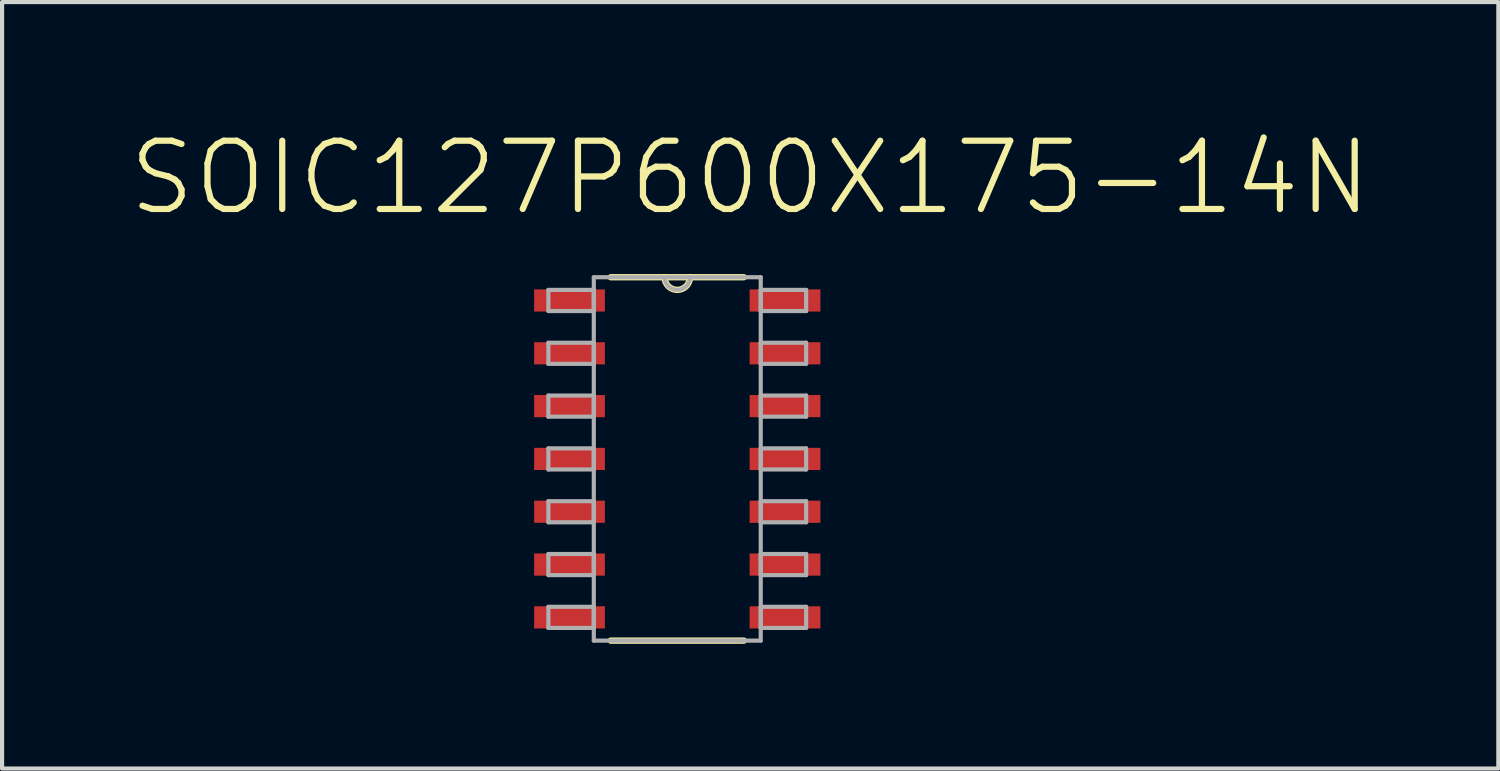
<source format=kicad_pcb>
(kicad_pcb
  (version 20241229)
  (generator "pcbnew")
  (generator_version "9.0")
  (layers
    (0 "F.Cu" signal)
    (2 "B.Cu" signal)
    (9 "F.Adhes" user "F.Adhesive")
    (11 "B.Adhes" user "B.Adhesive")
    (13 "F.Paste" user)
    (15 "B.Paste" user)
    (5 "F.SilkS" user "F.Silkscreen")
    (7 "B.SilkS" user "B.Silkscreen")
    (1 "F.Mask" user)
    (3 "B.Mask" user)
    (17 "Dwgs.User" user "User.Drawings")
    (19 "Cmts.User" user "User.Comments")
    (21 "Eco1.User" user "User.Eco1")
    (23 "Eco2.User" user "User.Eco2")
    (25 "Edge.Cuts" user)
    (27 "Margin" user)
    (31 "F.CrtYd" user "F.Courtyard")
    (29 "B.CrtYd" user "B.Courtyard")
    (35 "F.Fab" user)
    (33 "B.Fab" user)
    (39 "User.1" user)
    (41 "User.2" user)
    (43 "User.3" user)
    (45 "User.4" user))
  (footprint "SOIC127P600X175-14N"
    (layer "F.Cu")
    (at 13.235 7.985)
    (property "Reference" "SOIC127P600X175-14N" (at 1.754 -6.762 0) (layer "F.SilkS") (effects (font (size 1.641 1.641) (thickness 0.15))))
    (attr smd)
    (fp_line (start -1.6 4.369) (end 1.6 4.369) (stroke (width 0.152) (type solid)) (layer "F.SilkS"))
    (fp_line (start -0.305 -4.369) (end -1.6 -4.369) (stroke (width 0.152) (type solid)) (layer "F.SilkS"))
    (fp_line (start 0.305 -4.369) (end -0.305 -4.369) (stroke (width 0.152) (type solid)) (layer "F.SilkS"))
    (fp_line (start 1.6 -4.369) (end 0.305 -4.369) (stroke (width 0.152) (type solid)) (layer "F.SilkS"))
    (fp_arc (start 0.3048 -4.3688) (mid 0 -4.064) (end -0.3048 -4.3688) (stroke (width 0.1524) (type solid)) (layer "F.SilkS"))
    (fp_line (start -3.099 -4.064) (end -3.099 -3.556) (stroke (width 0.1) (type solid)) (layer "F.Fab"))
    (fp_line (start -3.099 -3.556) (end -2.007 -3.556) (stroke (width 0.1) (type solid)) (layer "F.Fab"))
    (fp_line (start -3.099 -2.794) (end -3.099 -2.286) (stroke (width 0.1) (type solid)) (layer "F.Fab"))
    (fp_line (start -3.099 -2.286) (end -2.007 -2.286) (stroke (width 0.1) (type solid)) (layer "F.Fab"))
    (fp_line (start -3.099 -1.524) (end -3.099 -1.016) (stroke (width 0.1) (type solid)) (layer "F.Fab"))
    (fp_line (start -3.099 -1.016) (end -2.007 -1.016) (stroke (width 0.1) (type solid)) (layer "F.Fab"))
    (fp_line (start -3.099 -0.254) (end -3.099 0.254) (stroke (width 0.1) (type solid)) (layer "F.Fab"))
    (fp_line (start -3.099 0.254) (end -2.007 0.254) (stroke (width 0.1) (type solid)) (layer "F.Fab"))
    (fp_line (start -3.099 1.016) (end -3.099 1.524) (stroke (width 0.1) (type solid)) (layer "F.Fab"))
    (fp_line (start -3.099 1.524) (end -2.007 1.524) (stroke (width 0.1) (type solid)) (layer "F.Fab"))
    (fp_line (start -3.099 2.286) (end -3.099 2.794) (stroke (width 0.1) (type solid)) (layer "F.Fab"))
    (fp_line (start -3.099 2.794) (end -2.007 2.794) (stroke (width 0.1) (type solid)) (layer "F.Fab"))
    (fp_line (start -3.099 3.556) (end -3.099 4.064) (stroke (width 0.1) (type solid)) (layer "F.Fab"))
    (fp_line (start -3.099 4.064) (end -2.007 4.064) (stroke (width 0.1) (type solid)) (layer "F.Fab"))
    (fp_line (start -2.007 -4.369) (end -2.007 4.369) (stroke (width 0.1) (type solid)) (layer "F.Fab"))
    (fp_line (start -2.007 -4.064) (end -3.099 -4.064) (stroke (width 0.1) (type solid)) (layer "F.Fab"))
    (fp_line (start -2.007 -3.556) (end -2.007 -4.064) (stroke (width 0.1) (type solid)) (layer "F.Fab"))
    (fp_line (start -2.007 -2.794) (end -3.099 -2.794) (stroke (width 0.1) (type solid)) (layer "F.Fab"))
    (fp_line (start -2.007 -2.286) (end -2.007 -2.794) (stroke (width 0.1) (type solid)) (layer "F.Fab"))
    (fp_line (start -2.007 -1.524) (end -3.099 -1.524) (stroke (width 0.1) (type solid)) (layer "F.Fab"))
    (fp_line (start -2.007 -1.016) (end -2.007 -1.524) (stroke (width 0.1) (type solid)) (layer "F.Fab"))
    (fp_line (start -2.007 -0.254) (end -3.099 -0.254) (stroke (width 0.1) (type solid)) (layer "F.Fab"))
    (fp_line (start -2.007 0.254) (end -2.007 -0.254) (stroke (width 0.1) (type solid)) (layer "F.Fab"))
    (fp_line (start -2.007 1.016) (end -3.099 1.016) (stroke (width 0.1) (type solid)) (layer "F.Fab"))
    (fp_line (start -2.007 1.524) (end -2.007 1.016) (stroke (width 0.1) (type solid)) (layer "F.Fab"))
    (fp_line (start -2.007 2.286) (end -3.099 2.286) (stroke (width 0.1) (type solid)) (layer "F.Fab"))
    (fp_line (start -2.007 2.794) (end -2.007 2.286) (stroke (width 0.1) (type solid)) (layer "F.Fab"))
    (fp_line (start -2.007 3.556) (end -3.099 3.556) (stroke (width 0.1) (type solid)) (layer "F.Fab"))
    (fp_line (start -2.007 4.064) (end -2.007 3.556) (stroke (width 0.1) (type solid)) (layer "F.Fab"))
    (fp_line (start -2.007 4.369) (end 2.007 4.369) (stroke (width 0.1) (type solid)) (layer "F.Fab"))
    (fp_line (start -0.305 -4.369) (end -2.007 -4.369) (stroke (width 0.1) (type solid)) (layer "F.Fab"))
    (fp_line (start 0.305 -4.369) (end -0.305 -4.369) (stroke (width 0.1) (type solid)) (layer "F.Fab"))
    (fp_line (start 2.007 -4.369) (end 0.305 -4.369) (stroke (width 0.1) (type solid)) (layer "F.Fab"))
    (fp_line (start 2.007 -4.064) (end 2.007 -3.556) (stroke (width 0.1) (type solid)) (layer "F.Fab"))
    (fp_line (start 2.007 -3.556) (end 3.099 -3.556) (stroke (width 0.1) (type solid)) (layer "F.Fab"))
    (fp_line (start 2.007 -2.794) (end 2.007 -2.286) (stroke (width 0.1) (type solid)) (layer "F.Fab"))
    (fp_line (start 2.007 -2.286) (end 3.099 -2.286) (stroke (width 0.1) (type solid)) (layer "F.Fab"))
    (fp_line (start 2.007 -1.524) (end 2.007 -1.016) (stroke (width 0.1) (type solid)) (layer "F.Fab"))
    (fp_line (start 2.007 -1.016) (end 3.099 -1.016) (stroke (width 0.1) (type solid)) (layer "F.Fab"))
    (fp_line (start 2.007 -0.254) (end 2.007 0.254) (stroke (width 0.1) (type solid)) (layer "F.Fab"))
    (fp_line (start 2.007 0.254) (end 3.099 0.254) (stroke (width 0.1) (type solid)) (layer "F.Fab"))
    (fp_line (start 2.007 1.016) (end 2.007 1.524) (stroke (width 0.1) (type solid)) (layer "F.Fab"))
    (fp_line (start 2.007 1.524) (end 3.099 1.524) (stroke (width 0.1) (type solid)) (layer "F.Fab"))
    (fp_line (start 2.007 2.286) (end 2.007 2.794) (stroke (width 0.1) (type solid)) (layer "F.Fab"))
    (fp_line (start 2.007 2.794) (end 3.099 2.794) (stroke (width 0.1) (type solid)) (layer "F.Fab"))
    (fp_line (start 2.007 3.556) (end 2.007 4.064) (stroke (width 0.1) (type solid)) (layer "F.Fab"))
    (fp_line (start 2.007 4.064) (end 3.099 4.064) (stroke (width 0.1) (type solid)) (layer "F.Fab"))
    (fp_line (start 2.007 4.369) (end 2.007 -4.369) (stroke (width 0.1) (type solid)) (layer "F.Fab"))
    (fp_line (start 3.099 -4.064) (end 2.007 -4.064) (stroke (width 0.1) (type solid)) (layer "F.Fab"))
    (fp_line (start 3.099 -3.556) (end 3.099 -4.064) (stroke (width 0.1) (type solid)) (layer "F.Fab"))
    (fp_line (start 3.099 -2.794) (end 2.007 -2.794) (stroke (width 0.1) (type solid)) (layer "F.Fab"))
    (fp_line (start 3.099 -2.286) (end 3.099 -2.794) (stroke (width 0.1) (type solid)) (layer "F.Fab"))
    (fp_line (start 3.099 -1.524) (end 2.007 -1.524) (stroke (width 0.1) (type solid)) (layer "F.Fab"))
    (fp_line (start 3.099 -1.016) (end 3.099 -1.524) (stroke (width 0.1) (type solid)) (layer "F.Fab"))
    (fp_line (start 3.099 -0.254) (end 2.007 -0.254) (stroke (width 0.1) (type solid)) (layer "F.Fab"))
    (fp_line (start 3.099 0.254) (end 3.099 -0.254) (stroke (width 0.1) (type solid)) (layer "F.Fab"))
    (fp_line (start 3.099 1.016) (end 2.007 1.016) (stroke (width 0.1) (type solid)) (layer "F.Fab"))
    (fp_line (start 3.099 1.524) (end 3.099 1.016) (stroke (width 0.1) (type solid)) (layer "F.Fab"))
    (fp_line (start 3.099 2.286) (end 2.007 2.286) (stroke (width 0.1) (type solid)) (layer "F.Fab"))
    (fp_line (start 3.099 2.794) (end 3.099 2.286) (stroke (width 0.1) (type solid)) (layer "F.Fab"))
    (fp_line (start 3.099 3.556) (end 2.007 3.556) (stroke (width 0.1) (type solid)) (layer "F.Fab"))
    (fp_line (start 3.099 4.064) (end 3.099 3.556) (stroke (width 0.1) (type solid)) (layer "F.Fab"))
    (fp_arc (start 0.3048 -4.3688) (mid 0 -4.064) (end -0.3048 -4.3688) (stroke (width 0.1) (type solid)) (layer "F.Fab"))
    (pad "1" smd rect (at -2.591 -3.81) (size 1.702 0.533) (layers "F.Cu" "F.Mask" "F.Paste"))
    (pad "2" smd rect (at -2.591 -2.54) (size 1.702 0.533) (layers "F.Cu" "F.Mask" "F.Paste"))
    (pad "3" smd rect (at -2.591 -1.27) (size 1.702 0.533) (layers "F.Cu" "F.Mask" "F.Paste"))
    (pad "4" smd rect (at -2.591 0) (size 1.702 0.533) (layers "F.Cu" "F.Mask" "F.Paste"))
    (pad "5" smd rect (at -2.591 1.27) (size 1.702 0.533) (layers "F.Cu" "F.Mask" "F.Paste"))
    (pad "6" smd rect (at -2.591 2.54) (size 1.702 0.533) (layers "F.Cu" "F.Mask" "F.Paste"))
    (pad "7" smd rect (at -2.591 3.81) (size 1.702 0.533) (layers "F.Cu" "F.Mask" "F.Paste"))
    (pad "8" smd rect (at 2.591 3.81) (size 1.702 0.533) (layers "F.Cu" "F.Mask" "F.Paste"))
    (pad "9" smd rect (at 2.591 2.54) (size 1.702 0.533) (layers "F.Cu" "F.Mask" "F.Paste"))
    (pad "10" smd rect (at 2.591 1.27) (size 1.702 0.533) (layers "F.Cu" "F.Mask" "F.Paste"))
    (pad "11" smd rect (at 2.591 0) (size 1.702 0.533) (layers "F.Cu" "F.Mask" "F.Paste"))
    (pad "12" smd rect (at 2.591 -1.27) (size 1.702 0.533) (layers "F.Cu" "F.Mask" "F.Paste"))
    (pad "13" smd rect (at 2.591 -2.54) (size 1.702 0.533) (layers "F.Cu" "F.Mask" "F.Paste"))
    (pad "14" smd rect (at 2.591 -3.81) (size 1.702 0.533) (layers "F.Cu" "F.Mask" "F.Paste")))
  (gr_rect
    (start -3 -3)
    (end 32.978 15.43)
    (stroke (width 0.1) (type default))
    (fill no)
    (layer "Edge.Cuts")))
</source>
